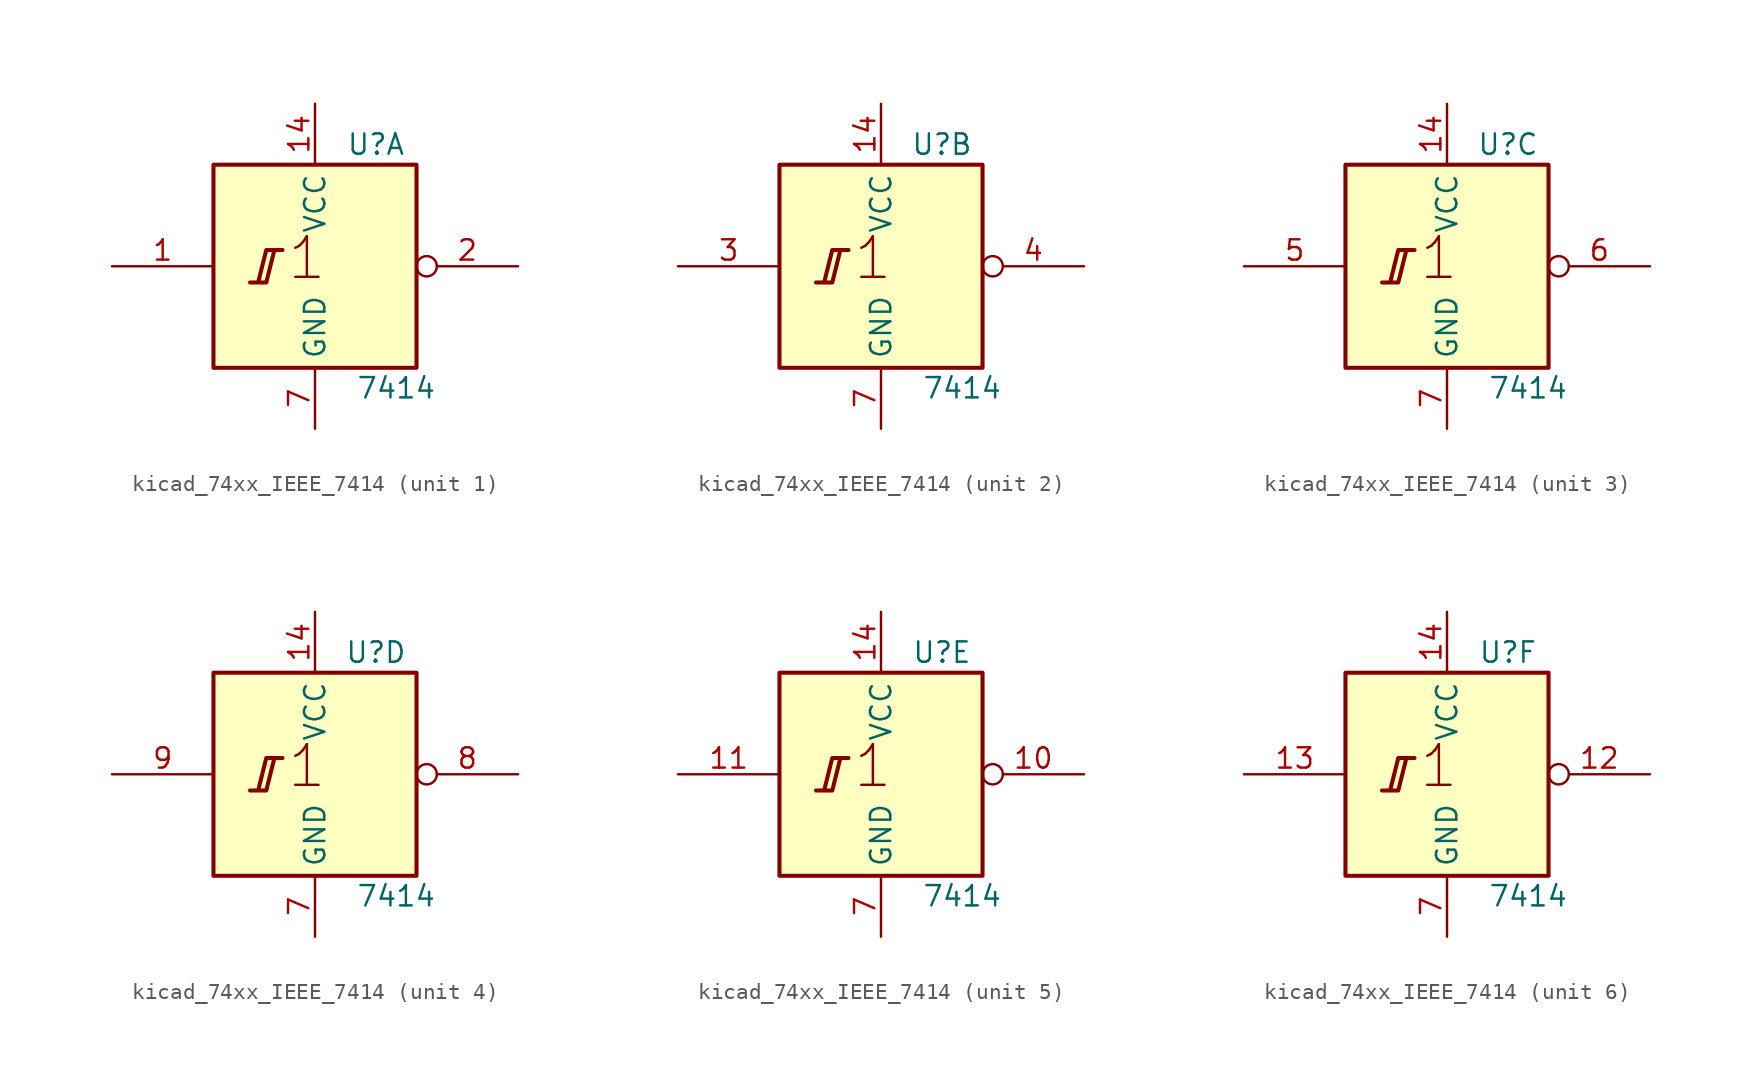
<source format=kicad_sym>
(kicad_symbol_lib
  (version 20220914)
  (generator kicad_symbol_editor)
  (symbol "kicad_74xx_IEEE_7414"
    (property "Reference" "U"
      (at 3.81 7.62 0)
      (effects (font (size 1.27 1.27))))
    (property "Value" "7414"
      (at 5.08 -7.62 0)
      (effects (font (size 1.27 1.27))))
    (symbol "kicad_74xx_IEEE_7414_0_0"
      (polyline (pts (xy -4.064 -1.016) (xy -3.048 -1.016) (xy -2.54 1.016) (xy -2.032 1.016) (xy -3.048 1.016) (xy -3.556 -1.016) (xy -3.556 -1.016)) (stroke (width 0.254) (type default)) (fill (type background)))
      (text "1" (at -0.508 0.508 0) (effects (font (size 2.54 2.54)))))
    (symbol "kicad_74xx_IEEE_7414_0_1"
      (rectangle (start -6.35 6.35) (end 6.35 -6.35) (stroke (width 0.254) (type default)) (fill (type background)))
      (pin power_in line (at 0 10.16 270) (length 3.81) (name "VCC" (effects (font (size 1.27 1.27)))) (number "14" (effects (font (size 1.27 1.27)))))
      (pin power_in line (at 0 -10.16 90) (length 3.81) (name "GND" (effects (font (size 1.27 1.27)))) (number "7" (effects (font (size 1.27 1.27))))))
    (symbol "kicad_74xx_IEEE_7414_1_1"
      (pin input line (at -12.7 0 0) (length 6.35) (name "~" (effects (font (size 1.27 1.27)))) (number "1" (effects (font (size 1.27 1.27)))))
      (pin output inverted (at 12.7 0 180) (length 6.35) (name "~" (effects (font (size 1.27 1.27)))) (number "2" (effects (font (size 1.27 1.27))))))
    (symbol "kicad_74xx_IEEE_7414_2_1"
      (pin input line (at -12.7 0 0) (length 6.35) (name "~" (effects (font (size 1.27 1.27)))) (number "3" (effects (font (size 1.27 1.27)))))
      (pin output inverted (at 12.7 0 180) (length 6.35) (name "~" (effects (font (size 1.27 1.27)))) (number "4" (effects (font (size 1.27 1.27))))))
    (symbol "kicad_74xx_IEEE_7414_3_1"
      (pin input line (at -12.7 0 0) (length 6.35) (name "~" (effects (font (size 1.27 1.27)))) (number "5" (effects (font (size 1.27 1.27)))))
      (pin output inverted (at 12.7 0 180) (length 6.35) (name "~" (effects (font (size 1.27 1.27)))) (number "6" (effects (font (size 1.27 1.27))))))
    (symbol "kicad_74xx_IEEE_7414_4_1"
      (pin output inverted (at 12.7 0 180) (length 6.35) (name "~" (effects (font (size 1.27 1.27)))) (number "8" (effects (font (size 1.27 1.27)))))
      (pin input line (at -12.7 0 0) (length 6.35) (name "~" (effects (font (size 1.27 1.27)))) (number "9" (effects (font (size 1.27 1.27))))))
    (symbol "kicad_74xx_IEEE_7414_5_1"
      (pin output inverted (at 12.7 0 180) (length 6.35) (name "~" (effects (font (size 1.27 1.27)))) (number "10" (effects (font (size 1.27 1.27)))))
      (pin input line (at -12.7 0 0) (length 6.35) (name "~" (effects (font (size 1.27 1.27)))) (number "11" (effects (font (size 1.27 1.27))))))
    (symbol "kicad_74xx_IEEE_7414_6_1"
      (pin output inverted (at 12.7 0 180) (length 6.35) (name "~" (effects (font (size 1.27 1.27)))) (number "12" (effects (font (size 1.27 1.27)))))
      (pin input line (at -12.7 0 0) (length 6.35) (name "~" (effects (font (size 1.27 1.27)))) (number "13" (effects (font (size 1.27 1.27))))))))
</source>
